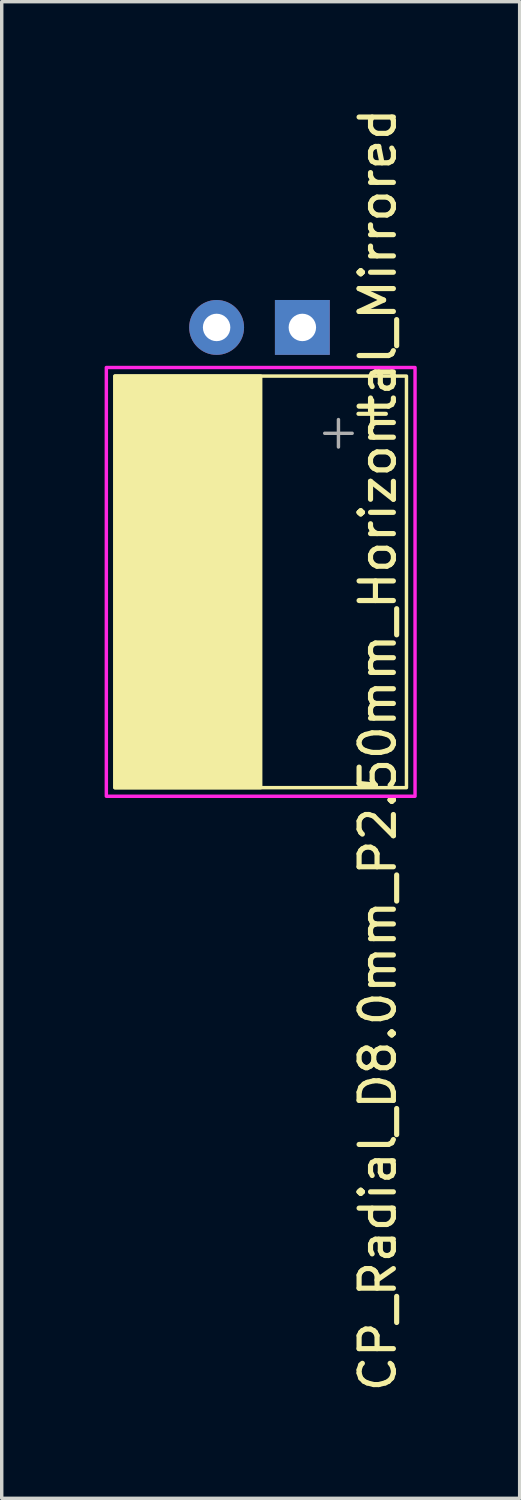
<source format=kicad_pcb>
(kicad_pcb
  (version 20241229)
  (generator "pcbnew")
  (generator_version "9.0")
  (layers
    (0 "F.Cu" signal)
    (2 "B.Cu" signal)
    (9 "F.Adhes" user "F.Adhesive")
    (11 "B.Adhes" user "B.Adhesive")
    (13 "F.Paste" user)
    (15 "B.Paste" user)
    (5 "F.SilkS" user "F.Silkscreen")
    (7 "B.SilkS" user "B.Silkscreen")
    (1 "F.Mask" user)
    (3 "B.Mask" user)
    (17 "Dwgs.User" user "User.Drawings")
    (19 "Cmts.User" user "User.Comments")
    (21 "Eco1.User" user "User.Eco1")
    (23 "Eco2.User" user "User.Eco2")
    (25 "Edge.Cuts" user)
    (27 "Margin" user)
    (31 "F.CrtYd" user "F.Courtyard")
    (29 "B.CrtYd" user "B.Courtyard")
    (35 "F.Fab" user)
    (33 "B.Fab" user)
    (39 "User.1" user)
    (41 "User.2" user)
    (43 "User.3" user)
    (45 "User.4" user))
  (footprint "CP_Radial_D8.0mm_P2.50mm_Horizontal_Mirrored"
    (layer "F.Cu")
    (at 3.335 6.496)
    (property "Reference" "CP_Radial_D8.0mm_P2.50mm_Horizontal_Mirrored" (at 4.629 12.319 90) (layer "F.SilkS") (effects (font (size 1 1) (thickness 0.15))))
    (attr through_hole)
    (fp_line (start 4.465 2.118) (end 4.465 2.918) (stroke (width 0.12) (type solid)) (layer "F.SilkS"))
    (fp_line (start 4.865 2.518) (end 4.065 2.518) (stroke (width 0.12) (type solid)) (layer "F.SilkS"))
    (fp_rect (start 1.215 1.418) (end -3.035 13.418) (stroke (width 0.1) (type solid)) (fill yes) (layer "F.SilkS"))
    (fp_rect (start 5.465 1.418) (end -3.035 13.418) (stroke (width 0.1) (type default)) (fill no) (layer "F.SilkS"))
    (fp_rect (start 5.715 1.168) (end -3.285 13.668) (stroke (width 0.1) (type default)) (fill no) (layer "F.CrtYd"))
    (fp_line (start 3.482 2.686) (end 3.482 3.486) (stroke (width 0.1) (type solid)) (layer "F.Fab"))
    (fp_line (start 3.882 3.086) (end 3.082 3.086) (stroke (width 0.1) (type solid)) (layer "F.Fab"))
    (pad "1" thru_hole rect (at 2.43 0) (size 1.6 1.6) (drill 0.8) (layers "*.Cu" "*.Mask"))
    (pad "2" thru_hole circle (at -0.07 0) (size 1.6 1.6) (drill 0.8) (layers "*.Cu" "*.Mask")))
  (gr_rect
    (start -3 -3)
    (end 12.1 40.631)
    (stroke (width 0.1) (type default))
    (fill no)
    (layer "Edge.Cuts")))
</source>
